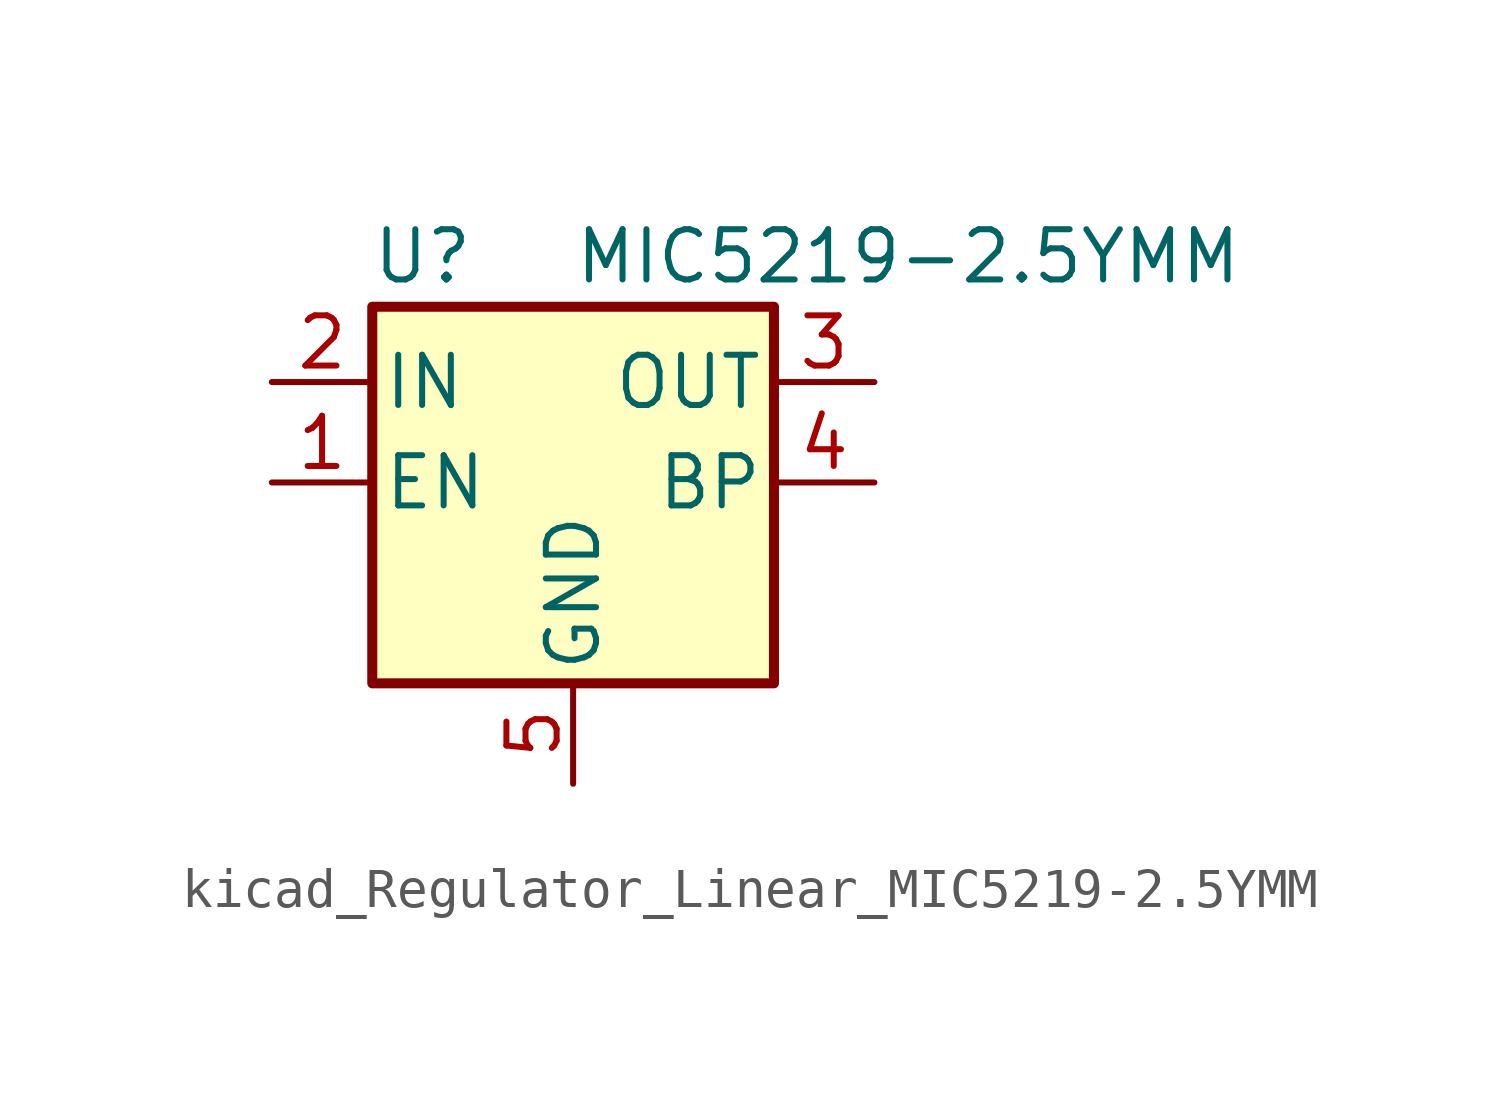
<source format=kicad_sym>
(kicad_symbol_lib
  (version 20220914)
  (generator kicad_symbol_editor)
  (symbol "kicad_Regulator_Linear_MIC5219-2.5YMM"
    (pin_names
      (offset 0.254))
    (property "Reference" "U"
      (at -3.81 5.715 0)
      (effects (font (size 1.27 1.27))))
    (property "Value" "MIC5219-2.5YMM"
      (at 0 5.715 0)
      (effects (font (size 1.27 1.27)) (justify left)))
    (symbol "kicad_Regulator_Linear_MIC5219-2.5YMM_0_1"
      (rectangle (start -5.08 4.445) (end 5.08 -5.08) (stroke (width 0.254) (type default)) (fill (type background))))
    (symbol "kicad_Regulator_Linear_MIC5219-2.5YMM_1_1"
      (pin input line (at -7.62 0 0) (length 2.54) (name "EN" (effects (font (size 1.27 1.27)))) (number "1" (effects (font (size 1.27 1.27)))))
      (pin power_in line (at -7.62 2.54 0) (length 2.54) (name "IN" (effects (font (size 1.27 1.27)))) (number "2" (effects (font (size 1.27 1.27)))))
      (pin power_out line (at 7.62 2.54 180) (length 2.54) (name "OUT" (effects (font (size 1.27 1.27)))) (number "3" (effects (font (size 1.27 1.27)))))
      (pin input line (at 7.62 0 180) (length 2.54) (name "BP" (effects (font (size 1.27 1.27)))) (number "4" (effects (font (size 1.27 1.27)))))
      (pin power_in line (at 0 -7.62 90) (length 2.54) (name "GND" (effects (font (size 1.27 1.27)))) (number "5" (effects (font (size 1.27 1.27)))))
      (pin passive line (at 0 -7.62 90) (length 2.54) hide (name "GND" (effects (font (size 1.27 1.27)))) (number "6" (effects (font (size 1.27 1.27)))))
      (pin passive line (at 0 -7.62 90) (length 2.54) hide (name "GND" (effects (font (size 1.27 1.27)))) (number "7" (effects (font (size 1.27 1.27)))))
      (pin passive line (at 0 -7.62 90) (length 2.54) hide (name "GND" (effects (font (size 1.27 1.27)))) (number "8" (effects (font (size 1.27 1.27))))))))
</source>
